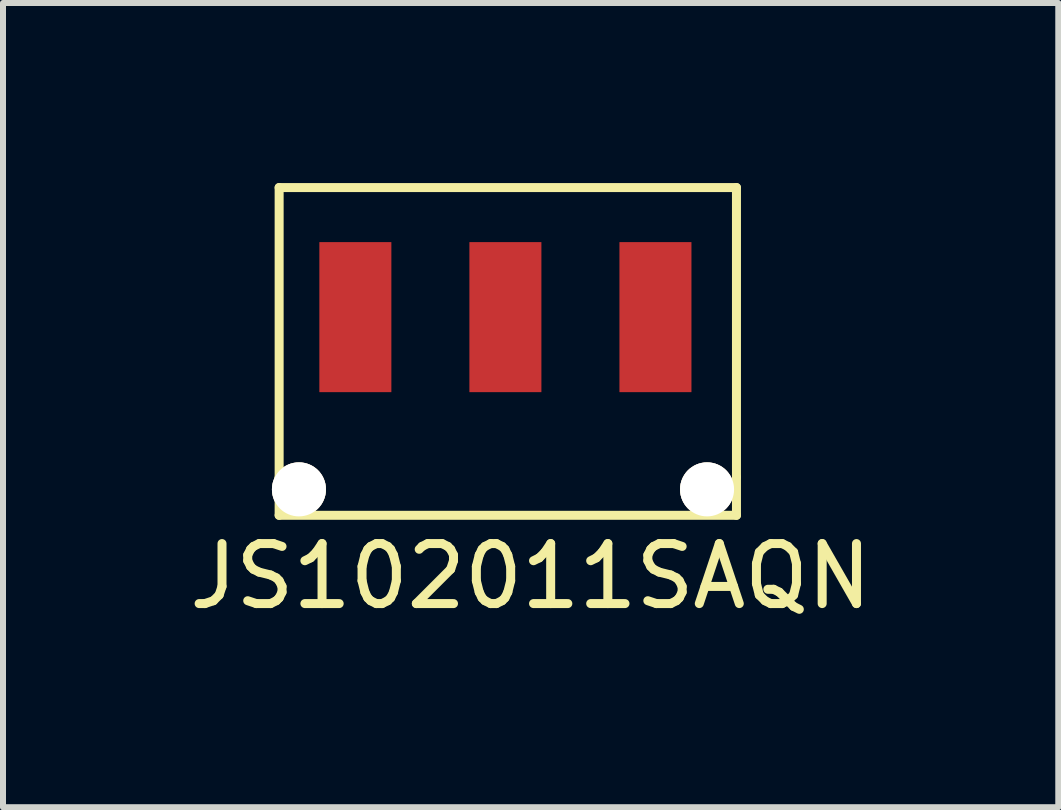
<source format=kicad_pcb>
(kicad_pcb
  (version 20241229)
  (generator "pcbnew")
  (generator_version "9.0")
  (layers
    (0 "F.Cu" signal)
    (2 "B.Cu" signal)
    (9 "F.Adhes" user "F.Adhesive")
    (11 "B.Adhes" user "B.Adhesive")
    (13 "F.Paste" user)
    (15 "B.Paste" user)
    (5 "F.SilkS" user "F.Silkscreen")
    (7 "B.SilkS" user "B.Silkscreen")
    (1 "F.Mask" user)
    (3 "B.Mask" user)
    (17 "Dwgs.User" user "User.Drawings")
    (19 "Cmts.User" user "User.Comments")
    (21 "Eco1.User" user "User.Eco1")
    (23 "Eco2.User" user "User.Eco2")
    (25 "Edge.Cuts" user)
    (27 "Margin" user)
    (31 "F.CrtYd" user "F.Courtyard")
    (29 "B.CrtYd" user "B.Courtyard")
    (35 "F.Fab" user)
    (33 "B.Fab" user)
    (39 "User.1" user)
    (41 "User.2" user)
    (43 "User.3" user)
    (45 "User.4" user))
  (footprint "JS102011SAQN"
    (layer "F.Cu")
    (at 5.411 2.361)
    (property "Reference" "JS102011SAQN" (at 0.381 4.191 0) (layer "F.SilkS") (effects (font (size 1 1) (thickness 0.15))))
    (attr through_hole)
    (fp_line (start -3.81 -2.286) (end 3.81 -2.286) (stroke (width 0.15) (type solid)) (layer "F.SilkS"))
    (fp_line (start -3.81 2.54) (end -3.81 -2.286) (stroke (width 0.15) (type solid)) (layer "F.SilkS"))
    (fp_line (start -3.81 2.54) (end -3.81 3.175) (stroke (width 0.15) (type solid)) (layer "F.SilkS"))
    (fp_line (start 3.81 -2.286) (end 3.81 2.54) (stroke (width 0.15) (type solid)) (layer "F.SilkS"))
    (fp_line (start 3.81 2.54) (end 3.81 3.175) (stroke (width 0.15) (type solid)) (layer "F.SilkS"))
    (fp_line (start 3.81 3.175) (end -3.81 3.175) (stroke (width 0.15) (type solid)) (layer "F.SilkS"))
    (pad "0" thru_hole circle (at -3.48 2.743) (size 0.9 0.9) (drill 0.9) (layers "*.Mask" "F.Cu" "F.SilkS"))
    (pad "0" thru_hole circle (at 3.32 2.743) (size 0.9 0.9) (drill 0.9) (layers "*.Mask" "F.Cu" "F.SilkS"))
    (pad "1" smd rect (at -2.54 -0.127 90) (size 2.5 1.2) (layers "F.Cu" "F.Mask" "F.Paste"))
    (pad "2" smd rect (at -0.04 -0.127 90) (size 2.5 1.2) (layers "F.Cu" "F.Mask" "F.Paste"))
    (pad "3" smd rect (at 2.46 -0.127 90) (size 2.5 1.2) (layers "F.Cu" "F.Mask" "F.Paste")))
  (gr_rect
    (start -3 -3)
    (end 14.583 10.4)
    (stroke (width 0.1) (type default))
    (fill no)
    (layer "Edge.Cuts")))
</source>
